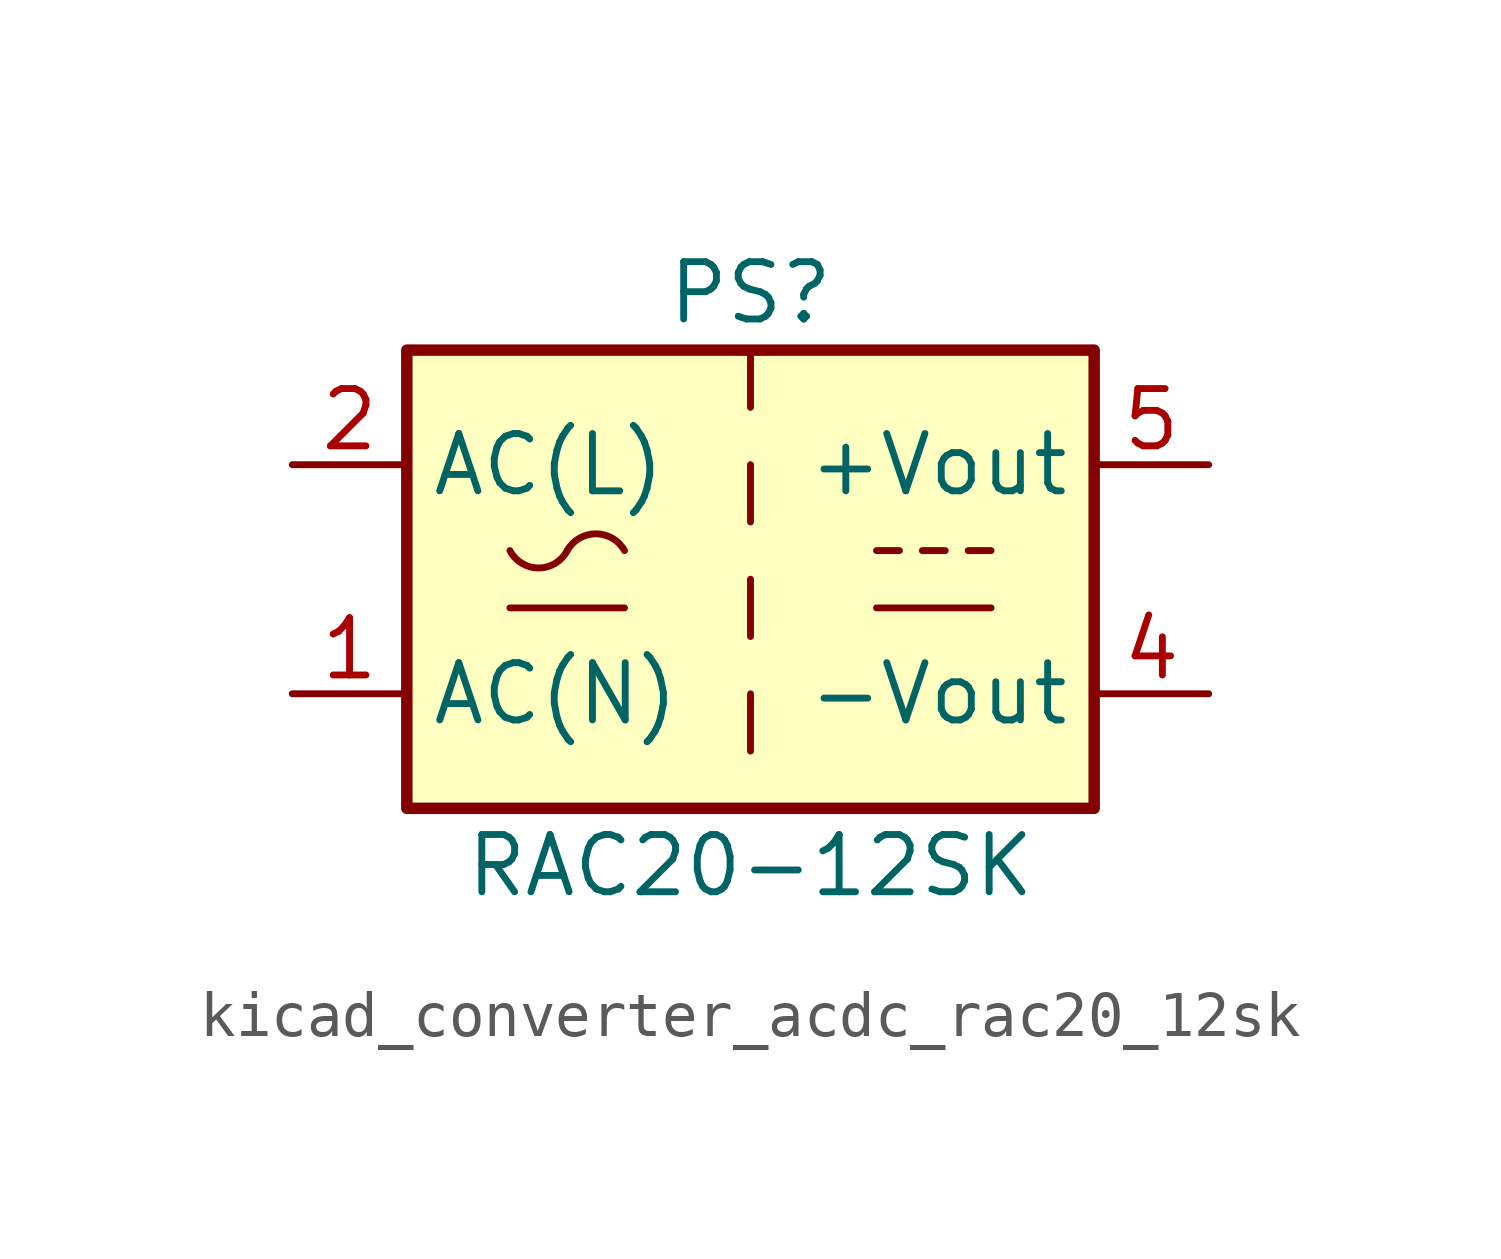
<source format=kicad_sym>
(kicad_symbol_lib
  (version 20220914)
  (generator kicad_symbol_editor)
  (symbol "kicad_converter_acdc_rac20_12sk"
    (property "Reference" "PS"
      (at 0 6.35 0)
      (effects (font (size 1.27 1.27))))
    (property "Value" "RAC20-12SK"
      (at 0 -6.35 0)
      (effects (font (size 1.27 1.27))))
    (symbol "kicad_converter_acdc_rac20_12sk_1_1"
      (rectangle (start -7.62 5.08) (end 7.62 -5.08) (stroke (width 0.254) (type default)) (fill (type background)))
      (arc (start -5.334 0.635) (mid -4.699 0.2495) (end -4.064 0.635) (stroke (width 0) (type default)) (fill (type none)))
      (arc (start -2.794 0.635) (mid -3.429 1.0072) (end -4.064 0.635) (stroke (width 0) (type default)) (fill (type none)))
      (polyline (pts (xy -5.334 -0.635) (xy -2.794 -0.635)) (stroke (width 0) (type default)) (fill (type none)))
      (polyline (pts (xy 0 -2.54) (xy 0 -3.81)) (stroke (width 0) (type default)) (fill (type none)))
      (polyline (pts (xy 0 0) (xy 0 -1.27)) (stroke (width 0) (type default)) (fill (type none)))
      (polyline (pts (xy 0 2.54) (xy 0 1.27)) (stroke (width 0) (type default)) (fill (type none)))
      (polyline (pts (xy 0 5.08) (xy 0 3.81)) (stroke (width 0) (type default)) (fill (type none)))
      (polyline (pts (xy 2.794 -0.635) (xy 5.334 -0.635)) (stroke (width 0) (type default)) (fill (type none)))
      (polyline (pts (xy 2.794 0.635) (xy 3.302 0.635)) (stroke (width 0) (type default)) (fill (type none)))
      (polyline (pts (xy 3.81 0.635) (xy 4.318 0.635)) (stroke (width 0) (type default)) (fill (type none)))
      (polyline (pts (xy 4.826 0.635) (xy 5.334 0.635)) (stroke (width 0) (type default)) (fill (type none)))
      (pin power_in line (at -10.16 -2.54 0) (length 2.54) (name "AC(N)" (effects (font (size 1.27 1.27)))) (number "1" (effects (font (size 1.27 1.27)))))
      (pin power_in line (at -10.16 2.54 0) (length 2.54) (name "AC(L)" (effects (font (size 1.27 1.27)))) (number "2" (effects (font (size 1.27 1.27)))))
      (pin power_out line (at 10.16 -2.54 180) (length 2.54) (name "-Vout" (effects (font (size 1.27 1.27)))) (number "4" (effects (font (size 1.27 1.27)))))
      (pin power_out line (at 10.16 2.54 180) (length 2.54) (name "+Vout" (effects (font (size 1.27 1.27)))) (number "5" (effects (font (size 1.27 1.27))))))))
</source>
